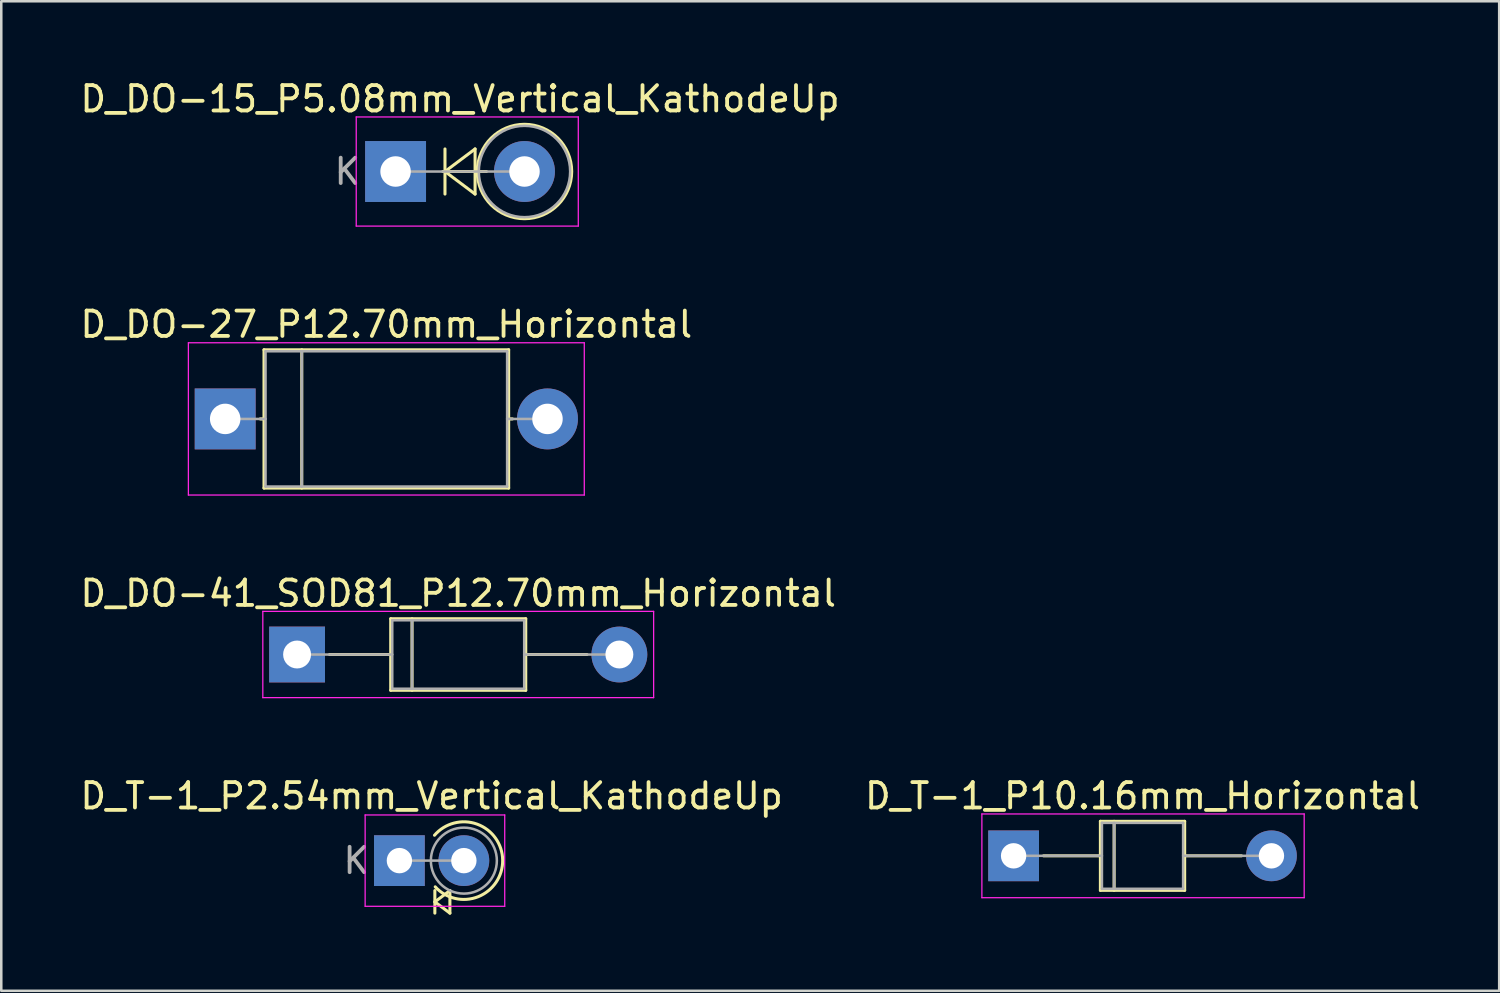
<source format=kicad_pcb>
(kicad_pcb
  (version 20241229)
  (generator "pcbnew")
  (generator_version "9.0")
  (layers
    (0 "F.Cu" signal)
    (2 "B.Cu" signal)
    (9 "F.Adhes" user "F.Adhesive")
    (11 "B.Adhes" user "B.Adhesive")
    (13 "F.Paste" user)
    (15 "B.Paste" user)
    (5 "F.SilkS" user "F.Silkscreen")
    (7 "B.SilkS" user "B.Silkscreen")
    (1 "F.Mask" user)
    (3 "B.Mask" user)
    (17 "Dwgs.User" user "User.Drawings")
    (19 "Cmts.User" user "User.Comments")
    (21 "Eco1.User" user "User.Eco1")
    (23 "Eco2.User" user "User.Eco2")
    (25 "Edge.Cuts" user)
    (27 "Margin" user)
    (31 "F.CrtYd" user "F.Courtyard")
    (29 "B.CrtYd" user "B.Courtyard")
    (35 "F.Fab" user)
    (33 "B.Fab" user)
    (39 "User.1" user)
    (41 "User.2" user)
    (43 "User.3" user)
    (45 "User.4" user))
  (footprint "D_DO-41_SOD81_P12.70mm_Horizontal"
    (layer "F.Cu")
    (at 8.656 22.74)
    (property "Reference" "D_DO-41_SOD81_P12.70mm_Horizontal" (at 6.35 -2.41 0) (layer "F.SilkS") (effects (font (size 1 1) (thickness 0.15))))
    (attr through_hole)
    (fp_line (start 1.28 0) (end 3.69 0) (stroke (width 0.12) (type solid)) (layer "F.SilkS"))
    (fp_line (start 3.69 -1.41) (end 3.69 1.41) (stroke (width 0.12) (type solid)) (layer "F.SilkS"))
    (fp_line (start 3.69 1.41) (end 9.01 1.41) (stroke (width 0.12) (type solid)) (layer "F.SilkS"))
    (fp_line (start 4.53 -1.41) (end 4.53 1.41) (stroke (width 0.12) (type solid)) (layer "F.SilkS"))
    (fp_line (start 9.01 -1.41) (end 3.69 -1.41) (stroke (width 0.12) (type solid)) (layer "F.SilkS"))
    (fp_line (start 9.01 1.41) (end 9.01 -1.41) (stroke (width 0.12) (type solid)) (layer "F.SilkS"))
    (fp_line (start 11.42 0) (end 9.01 0) (stroke (width 0.12) (type solid)) (layer "F.SilkS"))
    (fp_line (start -1.35 -1.7) (end -1.35 1.7) (stroke (width 0.05) (type solid)) (layer "F.CrtYd"))
    (fp_line (start -1.35 1.7) (end 14.05 1.7) (stroke (width 0.05) (type solid)) (layer "F.CrtYd"))
    (fp_line (start 14.05 -1.7) (end -1.35 -1.7) (stroke (width 0.05) (type solid)) (layer "F.CrtYd"))
    (fp_line (start 14.05 1.7) (end 14.05 -1.7) (stroke (width 0.05) (type solid)) (layer "F.CrtYd"))
    (fp_line (start 0 0) (end 3.75 0) (stroke (width 0.1) (type solid)) (layer "F.Fab"))
    (fp_line (start 3.75 -1.35) (end 3.75 1.35) (stroke (width 0.1) (type solid)) (layer "F.Fab"))
    (fp_line (start 3.75 1.35) (end 8.95 1.35) (stroke (width 0.1) (type solid)) (layer "F.Fab"))
    (fp_line (start 4.53 -1.35) (end 4.53 1.35) (stroke (width 0.1) (type solid)) (layer "F.Fab"))
    (fp_line (start 8.95 -1.35) (end 3.75 -1.35) (stroke (width 0.1) (type solid)) (layer "F.Fab"))
    (fp_line (start 8.95 1.35) (end 8.95 -1.35) (stroke (width 0.1) (type solid)) (layer "F.Fab"))
    (fp_line (start 12.7 0) (end 8.95 0) (stroke (width 0.1) (type solid)) (layer "F.Fab"))
    (pad "1" thru_hole rect (at 0 0) (size 2.2 2.2) (drill 1.1) (layers "*.Cu" "*.Mask"))
    (pad "2" thru_hole oval (at 12.7 0) (size 2.2 2.2) (drill 1.1) (layers "*.Cu" "*.Mask")))
  (footprint "D_T-1_P2.54mm_Vertical_KathodeUp"
    (layer "F.Cu")
    (at 12.688 30.862)
    (property "Reference" "D_T-1_P2.54mm_Vertical_KathodeUp" (at 1.27 -2.549 0) (layer "F.SilkS") (effects (font (size 1 1) (thickness 0.15))))
    (attr through_hole)
    (fp_line (start 1.397 1.18) (end 1.397 2.069) (stroke (width 0.12) (type solid)) (layer "F.SilkS"))
    (fp_line (start 1.397 1.625) (end 1.99 1.18) (stroke (width 0.12) (type solid)) (layer "F.SilkS"))
    (fp_line (start 1.99 1.18) (end 1.99 2.069) (stroke (width 0.12) (type solid)) (layer "F.SilkS"))
    (fp_line (start 1.99 2.069) (end 1.397 1.625) (stroke (width 0.12) (type solid)) (layer "F.SilkS"))
    (fp_arc (start 1.382778 -1) (mid 4.069276 -0.021846) (end 1.411815 1.032648) (stroke (width 0.12) (type solid)) (layer "F.SilkS"))
    (fp_line (start -1.35 -1.8) (end -1.35 1.8) (stroke (width 0.05) (type solid)) (layer "F.CrtYd"))
    (fp_line (start -1.35 1.8) (end 4.15 1.8) (stroke (width 0.05) (type solid)) (layer "F.CrtYd"))
    (fp_line (start 4.15 -1.8) (end -1.35 -1.8) (stroke (width 0.05) (type solid)) (layer "F.CrtYd"))
    (fp_line (start 4.15 1.8) (end 4.15 -1.8) (stroke (width 0.05) (type solid)) (layer "F.CrtYd"))
    (fp_line (start 0 0) (end 2.54 0) (stroke (width 0.1) (type solid)) (layer "F.Fab"))
    (fp_circle (center 2.54 0) (end 3.84 0) (stroke (width 0.1) (type solid)) (fill no) (layer "F.Fab"))
    (fp_text user "K" (at -1.7 0 0) (layer "F.Fab") (effects (font (size 1 1) (thickness 0.15))))
    (pad "1" thru_hole rect (at 0 0) (size 2 2) (drill 1) (layers "*.Cu" "*.Mask"))
    (pad "2" thru_hole oval (at 2.54 0) (size 2 2) (drill 1) (layers "*.Cu" "*.Mask")))
  (footprint "D_DO-27_P12.70mm_Horizontal"
    (layer "F.Cu")
    (at 5.823 13.457)
    (property "Reference" "D_DO-27_P12.70mm_Horizontal" (at 6.35 -3.725 0) (layer "F.SilkS") (effects (font (size 1 1) (thickness 0.15))))
    (attr through_hole)
    (fp_line (start 1.38 0) (end 1.53 0) (stroke (width 0.12) (type solid)) (layer "F.SilkS"))
    (fp_line (start 1.53 -2.725) (end 1.53 2.725) (stroke (width 0.12) (type solid)) (layer "F.SilkS"))
    (fp_line (start 1.53 2.725) (end 11.17 2.725) (stroke (width 0.12) (type solid)) (layer "F.SilkS"))
    (fp_line (start 3.018 -2.725) (end 3.018 2.725) (stroke (width 0.12) (type solid)) (layer "F.SilkS"))
    (fp_line (start 11.17 -2.725) (end 1.53 -2.725) (stroke (width 0.12) (type solid)) (layer "F.SilkS"))
    (fp_line (start 11.17 2.725) (end 11.17 -2.725) (stroke (width 0.12) (type solid)) (layer "F.SilkS"))
    (fp_line (start 11.32 0) (end 11.17 0) (stroke (width 0.12) (type solid)) (layer "F.SilkS"))
    (fp_line (start -1.45 -3) (end -1.45 3) (stroke (width 0.05) (type solid)) (layer "F.CrtYd"))
    (fp_line (start -1.45 3) (end 14.15 3) (stroke (width 0.05) (type solid)) (layer "F.CrtYd"))
    (fp_line (start 14.15 -3) (end -1.45 -3) (stroke (width 0.05) (type solid)) (layer "F.CrtYd"))
    (fp_line (start 14.15 3) (end 14.15 -3) (stroke (width 0.05) (type solid)) (layer "F.CrtYd"))
    (fp_line (start 0 0) (end 1.59 0) (stroke (width 0.1) (type solid)) (layer "F.Fab"))
    (fp_line (start 1.59 -2.665) (end 1.59 2.665) (stroke (width 0.1) (type solid)) (layer "F.Fab"))
    (fp_line (start 1.59 2.665) (end 11.11 2.665) (stroke (width 0.1) (type solid)) (layer "F.Fab"))
    (fp_line (start 3.018 -2.665) (end 3.018 2.665) (stroke (width 0.1) (type solid)) (layer "F.Fab"))
    (fp_line (start 11.11 -2.665) (end 1.59 -2.665) (stroke (width 0.1) (type solid)) (layer "F.Fab"))
    (fp_line (start 11.11 2.665) (end 11.11 -2.665) (stroke (width 0.1) (type solid)) (layer "F.Fab"))
    (fp_line (start 12.7 0) (end 11.11 0) (stroke (width 0.1) (type solid)) (layer "F.Fab"))
    (pad "1" thru_hole rect (at 0 0) (size 2.4 2.4) (drill 1.2) (layers "*.Cu" "*.Mask"))
    (pad "2" thru_hole oval (at 12.7 0) (size 2.4 2.4) (drill 1.2) (layers "*.Cu" "*.Mask")))
  (footprint "D_DO-15_P5.08mm_Vertical_KathodeUp"
    (layer "F.Cu")
    (at 12.537 3.708)
    (property "Reference" "D_DO-15_P5.08mm_Vertical_KathodeUp" (at 2.54 -2.86 0) (layer "F.SilkS") (effects (font (size 1 1) (thickness 0.15))))
    (attr through_hole)
    (fp_line (start 1.86 0) (end 3.58 0) (stroke (width 0.12) (type solid)) (layer "F.SilkS"))
    (fp_line (start 1.947 -0.889) (end 1.947 0.889) (stroke (width 0.12) (type solid)) (layer "F.SilkS"))
    (fp_line (start 1.947 0) (end 3.133 -0.889) (stroke (width 0.12) (type solid)) (layer "F.SilkS"))
    (fp_line (start 3.133 -0.889) (end 3.133 0.889) (stroke (width 0.12) (type solid)) (layer "F.SilkS"))
    (fp_line (start 3.133 0.889) (end 1.947 0) (stroke (width 0.12) (type solid)) (layer "F.SilkS"))
    (fp_circle (center 5.08 0) (end 6.94 0) (stroke (width 0.12) (type solid)) (fill no) (layer "F.SilkS"))
    (fp_line (start -1.55 -2.15) (end -1.55 2.15) (stroke (width 0.05) (type solid)) (layer "F.CrtYd"))
    (fp_line (start -1.55 2.15) (end 7.2 2.15) (stroke (width 0.05) (type solid)) (layer "F.CrtYd"))
    (fp_line (start 7.2 -2.15) (end -1.55 -2.15) (stroke (width 0.05) (type solid)) (layer "F.CrtYd"))
    (fp_line (start 7.2 2.15) (end 7.2 -2.15) (stroke (width 0.05) (type solid)) (layer "F.CrtYd"))
    (fp_line (start 0 0) (end 5.08 0) (stroke (width 0.1) (type solid)) (layer "F.Fab"))
    (fp_circle (center 5.08 0) (end 6.88 0) (stroke (width 0.1) (type solid)) (fill no) (layer "F.Fab"))
    (fp_text user "K" (at -1.9 0 0) (layer "F.Fab") (effects (font (size 1 1) (thickness 0.15))))
    (pad "1" thru_hole rect (at 0 0) (size 2.4 2.4) (drill 1.2) (layers "*.Cu" "*.Mask"))
    (pad "2" thru_hole oval (at 5.08 0) (size 2.4 2.4) (drill 1.2) (layers "*.Cu" "*.Mask")))
  (footprint "D_T-1_P10.16mm_Horizontal"
    (layer "F.Cu")
    (at 36.89 30.673)
    (property "Reference" "D_T-1_P10.16mm_Horizontal" (at 5.08 -2.36 0) (layer "F.SilkS") (effects (font (size 1 1) (thickness 0.15))))
    (attr through_hole)
    (fp_line (start 1.18 0) (end 3.42 0) (stroke (width 0.12) (type solid)) (layer "F.SilkS"))
    (fp_line (start 3.42 -1.36) (end 3.42 1.36) (stroke (width 0.12) (type solid)) (layer "F.SilkS"))
    (fp_line (start 3.42 1.36) (end 6.74 1.36) (stroke (width 0.12) (type solid)) (layer "F.SilkS"))
    (fp_line (start 3.96 -1.36) (end 3.96 1.36) (stroke (width 0.12) (type solid)) (layer "F.SilkS"))
    (fp_line (start 6.74 -1.36) (end 3.42 -1.36) (stroke (width 0.12) (type solid)) (layer "F.SilkS"))
    (fp_line (start 6.74 1.36) (end 6.74 -1.36) (stroke (width 0.12) (type solid)) (layer "F.SilkS"))
    (fp_line (start 8.98 0) (end 6.74 0) (stroke (width 0.12) (type solid)) (layer "F.SilkS"))
    (fp_line (start -1.25 -1.65) (end -1.25 1.65) (stroke (width 0.05) (type solid)) (layer "F.CrtYd"))
    (fp_line (start -1.25 1.65) (end 11.45 1.65) (stroke (width 0.05) (type solid)) (layer "F.CrtYd"))
    (fp_line (start 11.45 -1.65) (end -1.25 -1.65) (stroke (width 0.05) (type solid)) (layer "F.CrtYd"))
    (fp_line (start 11.45 1.65) (end 11.45 -1.65) (stroke (width 0.05) (type solid)) (layer "F.CrtYd"))
    (fp_line (start 0 0) (end 3.48 0) (stroke (width 0.1) (type solid)) (layer "F.Fab"))
    (fp_line (start 3.48 -1.3) (end 3.48 1.3) (stroke (width 0.1) (type solid)) (layer "F.Fab"))
    (fp_line (start 3.48 1.3) (end 6.68 1.3) (stroke (width 0.1) (type solid)) (layer "F.Fab"))
    (fp_line (start 3.96 -1.3) (end 3.96 1.3) (stroke (width 0.1) (type solid)) (layer "F.Fab"))
    (fp_line (start 6.68 -1.3) (end 3.48 -1.3) (stroke (width 0.1) (type solid)) (layer "F.Fab"))
    (fp_line (start 6.68 1.3) (end 6.68 -1.3) (stroke (width 0.1) (type solid)) (layer "F.Fab"))
    (fp_line (start 10.16 0) (end 6.68 0) (stroke (width 0.1) (type solid)) (layer "F.Fab"))
    (pad "1" thru_hole rect (at 0 0) (size 2 2) (drill 1) (layers "*.Cu" "*.Mask"))
    (pad "2" thru_hole oval (at 10.16 0) (size 2 2) (drill 1) (layers "*.Cu" "*.Mask")))
  (gr_rect
    (start -3 -3)
    (end 56.024 35.991)
    (stroke (width 0.1) (type default))
    (fill no)
    (layer "Edge.Cuts")))
</source>
